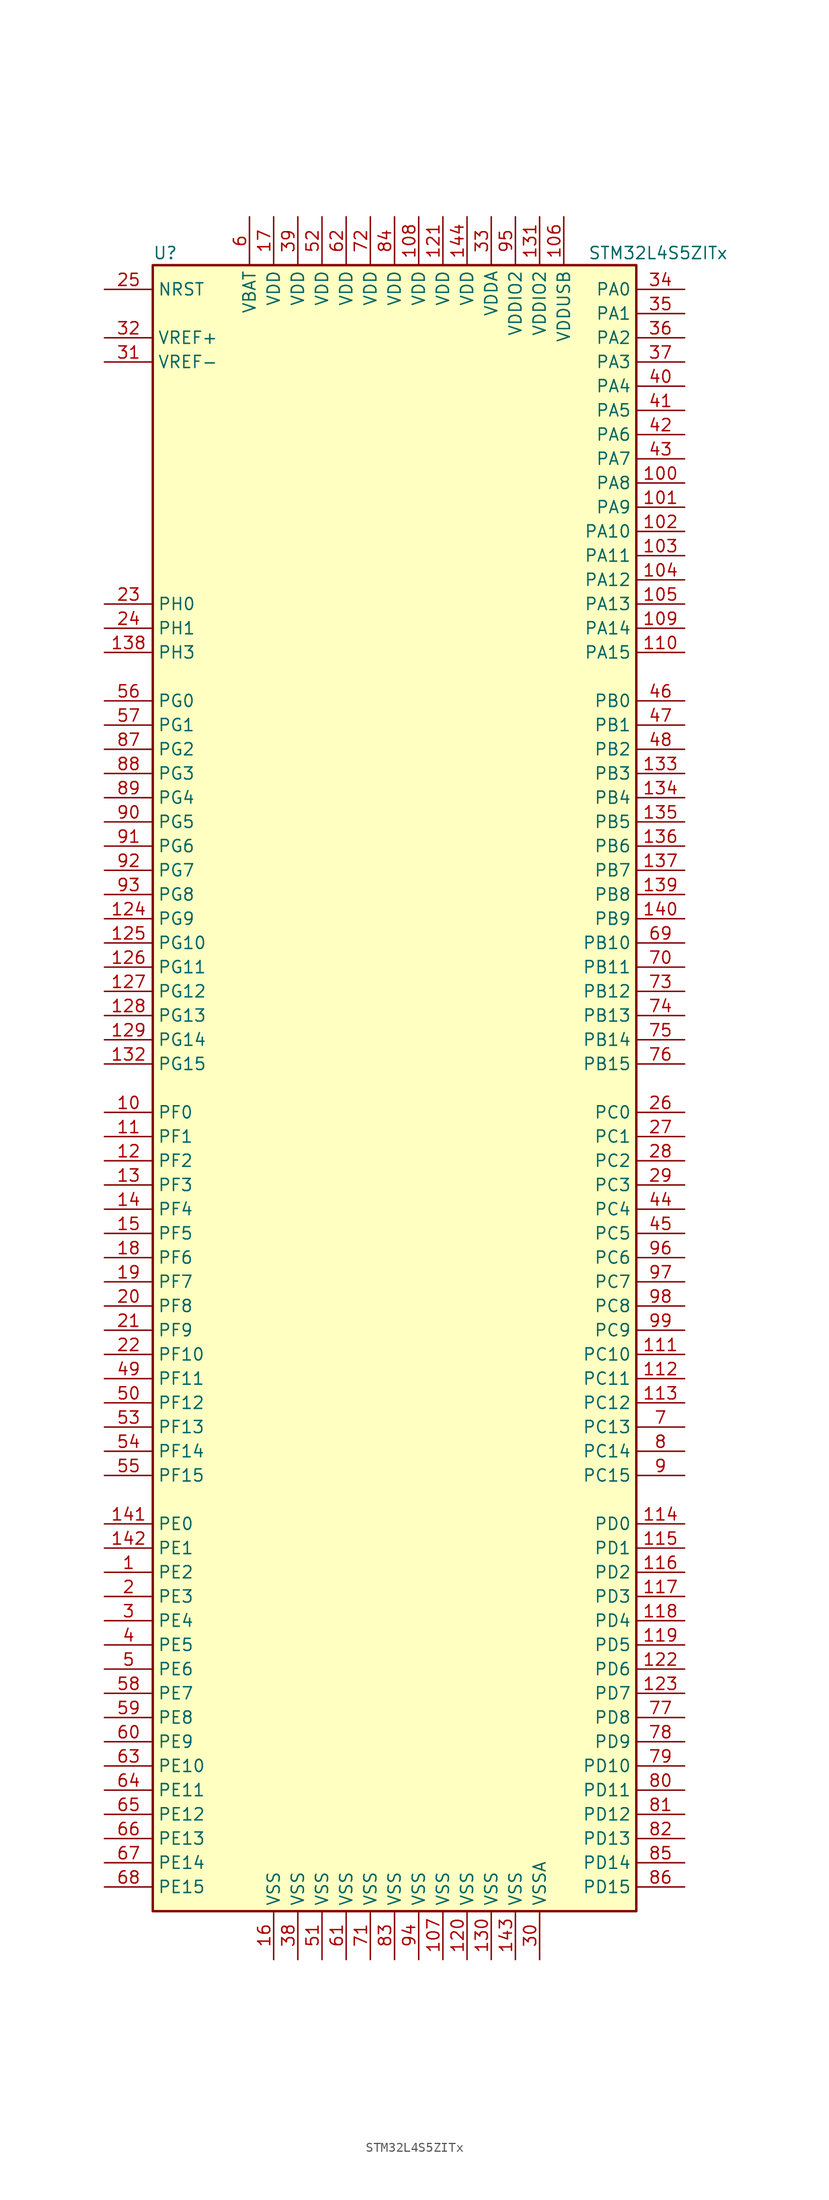
<source format=kicad_sym>
(kicad_symbol_lib
  (version 20201005)
  (generator kicad_symbol_editor)
  (symbol "STM32L4S5ZITx"
    (property "Reference" "U"
      (at -25.4 87.63 0)
      (effects (font (size 1.27 1.27)) (justify left)))
    (property "Value" "STM32L4S5ZITx"
      (at 20.32 87.63 0)
      (effects (font (size 1.27 1.27)) (justify left)))
    (symbol "STM32L4S5ZITx_0_1"
      (rectangle (start -25.4 -86.36) (end 25.4 86.36) (stroke (width 0.254)) (fill (type background))))
    (symbol "STM32L4S5ZITx_1_1"
      (pin input line (at -30.48 83.82 0) (length 5.08) (name "NRST" (effects (font (size 1.27 1.27)))) (number "25" (effects (font (size 1.27 1.27)))))
      (pin bidirectional line (at 30.48 83.82 180) (length 5.08) (name "PA0" (effects (font (size 1.27 1.27)))) (number "34" (effects (font (size 1.27 1.27)))))
      (pin bidirectional line (at 30.48 81.28 180) (length 5.08) (name "PA1" (effects (font (size 1.27 1.27)))) (number "35" (effects (font (size 1.27 1.27)))))
      (pin bidirectional line (at 30.48 58.42 180) (length 5.08) (name "PA10" (effects (font (size 1.27 1.27)))) (number "102" (effects (font (size 1.27 1.27)))))
      (pin bidirectional line (at 30.48 55.88 180) (length 5.08) (name "PA11" (effects (font (size 1.27 1.27)))) (number "103" (effects (font (size 1.27 1.27)))))
      (pin bidirectional line (at 30.48 53.34 180) (length 5.08) (name "PA12" (effects (font (size 1.27 1.27)))) (number "104" (effects (font (size 1.27 1.27)))))
      (pin bidirectional line (at 30.48 50.8 180) (length 5.08) (name "PA13" (effects (font (size 1.27 1.27)))) (number "105" (effects (font (size 1.27 1.27)))))
      (pin bidirectional line (at 30.48 48.26 180) (length 5.08) (name "PA14" (effects (font (size 1.27 1.27)))) (number "109" (effects (font (size 1.27 1.27)))))
      (pin bidirectional line (at 30.48 45.72 180) (length 5.08) (name "PA15" (effects (font (size 1.27 1.27)))) (number "110" (effects (font (size 1.27 1.27)))))
      (pin bidirectional line (at 30.48 78.74 180) (length 5.08) (name "PA2" (effects (font (size 1.27 1.27)))) (number "36" (effects (font (size 1.27 1.27)))))
      (pin bidirectional line (at 30.48 76.2 180) (length 5.08) (name "PA3" (effects (font (size 1.27 1.27)))) (number "37" (effects (font (size 1.27 1.27)))))
      (pin bidirectional line (at 30.48 73.66 180) (length 5.08) (name "PA4" (effects (font (size 1.27 1.27)))) (number "40" (effects (font (size 1.27 1.27)))))
      (pin bidirectional line (at 30.48 71.12 180) (length 5.08) (name "PA5" (effects (font (size 1.27 1.27)))) (number "41" (effects (font (size 1.27 1.27)))))
      (pin bidirectional line (at 30.48 68.58 180) (length 5.08) (name "PA6" (effects (font (size 1.27 1.27)))) (number "42" (effects (font (size 1.27 1.27)))))
      (pin bidirectional line (at 30.48 66.04 180) (length 5.08) (name "PA7" (effects (font (size 1.27 1.27)))) (number "43" (effects (font (size 1.27 1.27)))))
      (pin bidirectional line (at 30.48 63.5 180) (length 5.08) (name "PA8" (effects (font (size 1.27 1.27)))) (number "100" (effects (font (size 1.27 1.27)))))
      (pin bidirectional line (at 30.48 60.96 180) (length 5.08) (name "PA9" (effects (font (size 1.27 1.27)))) (number "101" (effects (font (size 1.27 1.27)))))
      (pin bidirectional line (at 30.48 40.64 180) (length 5.08) (name "PB0" (effects (font (size 1.27 1.27)))) (number "46" (effects (font (size 1.27 1.27)))))
      (pin bidirectional line (at 30.48 38.1 180) (length 5.08) (name "PB1" (effects (font (size 1.27 1.27)))) (number "47" (effects (font (size 1.27 1.27)))))
      (pin bidirectional line (at 30.48 15.24 180) (length 5.08) (name "PB10" (effects (font (size 1.27 1.27)))) (number "69" (effects (font (size 1.27 1.27)))))
      (pin bidirectional line (at 30.48 12.7 180) (length 5.08) (name "PB11" (effects (font (size 1.27 1.27)))) (number "70" (effects (font (size 1.27 1.27)))))
      (pin bidirectional line (at 30.48 10.16 180) (length 5.08) (name "PB12" (effects (font (size 1.27 1.27)))) (number "73" (effects (font (size 1.27 1.27)))))
      (pin bidirectional line (at 30.48 7.62 180) (length 5.08) (name "PB13" (effects (font (size 1.27 1.27)))) (number "74" (effects (font (size 1.27 1.27)))))
      (pin bidirectional line (at 30.48 5.08 180) (length 5.08) (name "PB14" (effects (font (size 1.27 1.27)))) (number "75" (effects (font (size 1.27 1.27)))))
      (pin bidirectional line (at 30.48 2.54 180) (length 5.08) (name "PB15" (effects (font (size 1.27 1.27)))) (number "76" (effects (font (size 1.27 1.27)))))
      (pin bidirectional line (at 30.48 35.56 180) (length 5.08) (name "PB2" (effects (font (size 1.27 1.27)))) (number "48" (effects (font (size 1.27 1.27)))))
      (pin bidirectional line (at 30.48 33.02 180) (length 5.08) (name "PB3" (effects (font (size 1.27 1.27)))) (number "133" (effects (font (size 1.27 1.27)))))
      (pin bidirectional line (at 30.48 30.48 180) (length 5.08) (name "PB4" (effects (font (size 1.27 1.27)))) (number "134" (effects (font (size 1.27 1.27)))))
      (pin bidirectional line (at 30.48 27.94 180) (length 5.08) (name "PB5" (effects (font (size 1.27 1.27)))) (number "135" (effects (font (size 1.27 1.27)))))
      (pin bidirectional line (at 30.48 25.4 180) (length 5.08) (name "PB6" (effects (font (size 1.27 1.27)))) (number "136" (effects (font (size 1.27 1.27)))))
      (pin bidirectional line (at 30.48 22.86 180) (length 5.08) (name "PB7" (effects (font (size 1.27 1.27)))) (number "137" (effects (font (size 1.27 1.27)))))
      (pin bidirectional line (at 30.48 20.32 180) (length 5.08) (name "PB8" (effects (font (size 1.27 1.27)))) (number "139" (effects (font (size 1.27 1.27)))))
      (pin bidirectional line (at 30.48 17.78 180) (length 5.08) (name "PB9" (effects (font (size 1.27 1.27)))) (number "140" (effects (font (size 1.27 1.27)))))
      (pin bidirectional line (at 30.48 -2.54 180) (length 5.08) (name "PC0" (effects (font (size 1.27 1.27)))) (number "26" (effects (font (size 1.27 1.27)))))
      (pin bidirectional line (at 30.48 -5.08 180) (length 5.08) (name "PC1" (effects (font (size 1.27 1.27)))) (number "27" (effects (font (size 1.27 1.27)))))
      (pin bidirectional line (at 30.48 -27.94 180) (length 5.08) (name "PC10" (effects (font (size 1.27 1.27)))) (number "111" (effects (font (size 1.27 1.27)))))
      (pin bidirectional line (at 30.48 -30.48 180) (length 5.08) (name "PC11" (effects (font (size 1.27 1.27)))) (number "112" (effects (font (size 1.27 1.27)))))
      (pin bidirectional line (at 30.48 -33.02 180) (length 5.08) (name "PC12" (effects (font (size 1.27 1.27)))) (number "113" (effects (font (size 1.27 1.27)))))
      (pin bidirectional line (at 30.48 -35.56 180) (length 5.08) (name "PC13" (effects (font (size 1.27 1.27)))) (number "7" (effects (font (size 1.27 1.27)))))
      (pin bidirectional line (at 30.48 -38.1 180) (length 5.08) (name "PC14" (effects (font (size 1.27 1.27)))) (number "8" (effects (font (size 1.27 1.27)))))
      (pin bidirectional line (at 30.48 -40.64 180) (length 5.08) (name "PC15" (effects (font (size 1.27 1.27)))) (number "9" (effects (font (size 1.27 1.27)))))
      (pin bidirectional line (at 30.48 -7.62 180) (length 5.08) (name "PC2" (effects (font (size 1.27 1.27)))) (number "28" (effects (font (size 1.27 1.27)))))
      (pin bidirectional line (at 30.48 -10.16 180) (length 5.08) (name "PC3" (effects (font (size 1.27 1.27)))) (number "29" (effects (font (size 1.27 1.27)))))
      (pin bidirectional line (at 30.48 -12.7 180) (length 5.08) (name "PC4" (effects (font (size 1.27 1.27)))) (number "44" (effects (font (size 1.27 1.27)))))
      (pin bidirectional line (at 30.48 -15.24 180) (length 5.08) (name "PC5" (effects (font (size 1.27 1.27)))) (number "45" (effects (font (size 1.27 1.27)))))
      (pin bidirectional line (at 30.48 -17.78 180) (length 5.08) (name "PC6" (effects (font (size 1.27 1.27)))) (number "96" (effects (font (size 1.27 1.27)))))
      (pin bidirectional line (at 30.48 -20.32 180) (length 5.08) (name "PC7" (effects (font (size 1.27 1.27)))) (number "97" (effects (font (size 1.27 1.27)))))
      (pin bidirectional line (at 30.48 -22.86 180) (length 5.08) (name "PC8" (effects (font (size 1.27 1.27)))) (number "98" (effects (font (size 1.27 1.27)))))
      (pin bidirectional line (at 30.48 -25.4 180) (length 5.08) (name "PC9" (effects (font (size 1.27 1.27)))) (number "99" (effects (font (size 1.27 1.27)))))
      (pin bidirectional line (at 30.48 -45.72 180) (length 5.08) (name "PD0" (effects (font (size 1.27 1.27)))) (number "114" (effects (font (size 1.27 1.27)))))
      (pin bidirectional line (at 30.48 -48.26 180) (length 5.08) (name "PD1" (effects (font (size 1.27 1.27)))) (number "115" (effects (font (size 1.27 1.27)))))
      (pin bidirectional line (at 30.48 -71.12 180) (length 5.08) (name "PD10" (effects (font (size 1.27 1.27)))) (number "79" (effects (font (size 1.27 1.27)))))
      (pin bidirectional line (at 30.48 -73.66 180) (length 5.08) (name "PD11" (effects (font (size 1.27 1.27)))) (number "80" (effects (font (size 1.27 1.27)))))
      (pin bidirectional line (at 30.48 -76.2 180) (length 5.08) (name "PD12" (effects (font (size 1.27 1.27)))) (number "81" (effects (font (size 1.27 1.27)))))
      (pin bidirectional line (at 30.48 -78.74 180) (length 5.08) (name "PD13" (effects (font (size 1.27 1.27)))) (number "82" (effects (font (size 1.27 1.27)))))
      (pin bidirectional line (at 30.48 -81.28 180) (length 5.08) (name "PD14" (effects (font (size 1.27 1.27)))) (number "85" (effects (font (size 1.27 1.27)))))
      (pin bidirectional line (at 30.48 -83.82 180) (length 5.08) (name "PD15" (effects (font (size 1.27 1.27)))) (number "86" (effects (font (size 1.27 1.27)))))
      (pin bidirectional line (at 30.48 -50.8 180) (length 5.08) (name "PD2" (effects (font (size 1.27 1.27)))) (number "116" (effects (font (size 1.27 1.27)))))
      (pin bidirectional line (at 30.48 -53.34 180) (length 5.08) (name "PD3" (effects (font (size 1.27 1.27)))) (number "117" (effects (font (size 1.27 1.27)))))
      (pin bidirectional line (at 30.48 -55.88 180) (length 5.08) (name "PD4" (effects (font (size 1.27 1.27)))) (number "118" (effects (font (size 1.27 1.27)))))
      (pin bidirectional line (at 30.48 -58.42 180) (length 5.08) (name "PD5" (effects (font (size 1.27 1.27)))) (number "119" (effects (font (size 1.27 1.27)))))
      (pin bidirectional line (at 30.48 -60.96 180) (length 5.08) (name "PD6" (effects (font (size 1.27 1.27)))) (number "122" (effects (font (size 1.27 1.27)))))
      (pin bidirectional line (at 30.48 -63.5 180) (length 5.08) (name "PD7" (effects (font (size 1.27 1.27)))) (number "123" (effects (font (size 1.27 1.27)))))
      (pin bidirectional line (at 30.48 -66.04 180) (length 5.08) (name "PD8" (effects (font (size 1.27 1.27)))) (number "77" (effects (font (size 1.27 1.27)))))
      (pin bidirectional line (at 30.48 -68.58 180) (length 5.08) (name "PD9" (effects (font (size 1.27 1.27)))) (number "78" (effects (font (size 1.27 1.27)))))
      (pin bidirectional line (at -30.48 -45.72 0) (length 5.08) (name "PE0" (effects (font (size 1.27 1.27)))) (number "141" (effects (font (size 1.27 1.27)))))
      (pin bidirectional line (at -30.48 -48.26 0) (length 5.08) (name "PE1" (effects (font (size 1.27 1.27)))) (number "142" (effects (font (size 1.27 1.27)))))
      (pin bidirectional line (at -30.48 -71.12 0) (length 5.08) (name "PE10" (effects (font (size 1.27 1.27)))) (number "63" (effects (font (size 1.27 1.27)))))
      (pin bidirectional line (at -30.48 -73.66 0) (length 5.08) (name "PE11" (effects (font (size 1.27 1.27)))) (number "64" (effects (font (size 1.27 1.27)))))
      (pin bidirectional line (at -30.48 -76.2 0) (length 5.08) (name "PE12" (effects (font (size 1.27 1.27)))) (number "65" (effects (font (size 1.27 1.27)))))
      (pin bidirectional line (at -30.48 -78.74 0) (length 5.08) (name "PE13" (effects (font (size 1.27 1.27)))) (number "66" (effects (font (size 1.27 1.27)))))
      (pin bidirectional line (at -30.48 -81.28 0) (length 5.08) (name "PE14" (effects (font (size 1.27 1.27)))) (number "67" (effects (font (size 1.27 1.27)))))
      (pin bidirectional line (at -30.48 -83.82 0) (length 5.08) (name "PE15" (effects (font (size 1.27 1.27)))) (number "68" (effects (font (size 1.27 1.27)))))
      (pin bidirectional line (at -30.48 -50.8 0) (length 5.08) (name "PE2" (effects (font (size 1.27 1.27)))) (number "1" (effects (font (size 1.27 1.27)))))
      (pin bidirectional line (at -30.48 -53.34 0) (length 5.08) (name "PE3" (effects (font (size 1.27 1.27)))) (number "2" (effects (font (size 1.27 1.27)))))
      (pin bidirectional line (at -30.48 -55.88 0) (length 5.08) (name "PE4" (effects (font (size 1.27 1.27)))) (number "3" (effects (font (size 1.27 1.27)))))
      (pin bidirectional line (at -30.48 -58.42 0) (length 5.08) (name "PE5" (effects (font (size 1.27 1.27)))) (number "4" (effects (font (size 1.27 1.27)))))
      (pin bidirectional line (at -30.48 -60.96 0) (length 5.08) (name "PE6" (effects (font (size 1.27 1.27)))) (number "5" (effects (font (size 1.27 1.27)))))
      (pin bidirectional line (at -30.48 -63.5 0) (length 5.08) (name "PE7" (effects (font (size 1.27 1.27)))) (number "58" (effects (font (size 1.27 1.27)))))
      (pin bidirectional line (at -30.48 -66.04 0) (length 5.08) (name "PE8" (effects (font (size 1.27 1.27)))) (number "59" (effects (font (size 1.27 1.27)))))
      (pin bidirectional line (at -30.48 -68.58 0) (length 5.08) (name "PE9" (effects (font (size 1.27 1.27)))) (number "60" (effects (font (size 1.27 1.27)))))
      (pin bidirectional line (at -30.48 -2.54 0) (length 5.08) (name "PF0" (effects (font (size 1.27 1.27)))) (number "10" (effects (font (size 1.27 1.27)))))
      (pin bidirectional line (at -30.48 -5.08 0) (length 5.08) (name "PF1" (effects (font (size 1.27 1.27)))) (number "11" (effects (font (size 1.27 1.27)))))
      (pin bidirectional line (at -30.48 -27.94 0) (length 5.08) (name "PF10" (effects (font (size 1.27 1.27)))) (number "22" (effects (font (size 1.27 1.27)))))
      (pin bidirectional line (at -30.48 -30.48 0) (length 5.08) (name "PF11" (effects (font (size 1.27 1.27)))) (number "49" (effects (font (size 1.27 1.27)))))
      (pin bidirectional line (at -30.48 -33.02 0) (length 5.08) (name "PF12" (effects (font (size 1.27 1.27)))) (number "50" (effects (font (size 1.27 1.27)))))
      (pin bidirectional line (at -30.48 -35.56 0) (length 5.08) (name "PF13" (effects (font (size 1.27 1.27)))) (number "53" (effects (font (size 1.27 1.27)))))
      (pin bidirectional line (at -30.48 -38.1 0) (length 5.08) (name "PF14" (effects (font (size 1.27 1.27)))) (number "54" (effects (font (size 1.27 1.27)))))
      (pin bidirectional line (at -30.48 -40.64 0) (length 5.08) (name "PF15" (effects (font (size 1.27 1.27)))) (number "55" (effects (font (size 1.27 1.27)))))
      (pin bidirectional line (at -30.48 -7.62 0) (length 5.08) (name "PF2" (effects (font (size 1.27 1.27)))) (number "12" (effects (font (size 1.27 1.27)))))
      (pin bidirectional line (at -30.48 -10.16 0) (length 5.08) (name "PF3" (effects (font (size 1.27 1.27)))) (number "13" (effects (font (size 1.27 1.27)))))
      (pin bidirectional line (at -30.48 -12.7 0) (length 5.08) (name "PF4" (effects (font (size 1.27 1.27)))) (number "14" (effects (font (size 1.27 1.27)))))
      (pin bidirectional line (at -30.48 -15.24 0) (length 5.08) (name "PF5" (effects (font (size 1.27 1.27)))) (number "15" (effects (font (size 1.27 1.27)))))
      (pin bidirectional line (at -30.48 -17.78 0) (length 5.08) (name "PF6" (effects (font (size 1.27 1.27)))) (number "18" (effects (font (size 1.27 1.27)))))
      (pin bidirectional line (at -30.48 -20.32 0) (length 5.08) (name "PF7" (effects (font (size 1.27 1.27)))) (number "19" (effects (font (size 1.27 1.27)))))
      (pin bidirectional line (at -30.48 -22.86 0) (length 5.08) (name "PF8" (effects (font (size 1.27 1.27)))) (number "20" (effects (font (size 1.27 1.27)))))
      (pin bidirectional line (at -30.48 -25.4 0) (length 5.08) (name "PF9" (effects (font (size 1.27 1.27)))) (number "21" (effects (font (size 1.27 1.27)))))
      (pin bidirectional line (at -30.48 40.64 0) (length 5.08) (name "PG0" (effects (font (size 1.27 1.27)))) (number "56" (effects (font (size 1.27 1.27)))))
      (pin bidirectional line (at -30.48 38.1 0) (length 5.08) (name "PG1" (effects (font (size 1.27 1.27)))) (number "57" (effects (font (size 1.27 1.27)))))
      (pin bidirectional line (at -30.48 15.24 0) (length 5.08) (name "PG10" (effects (font (size 1.27 1.27)))) (number "125" (effects (font (size 1.27 1.27)))))
      (pin bidirectional line (at -30.48 12.7 0) (length 5.08) (name "PG11" (effects (font (size 1.27 1.27)))) (number "126" (effects (font (size 1.27 1.27)))))
      (pin bidirectional line (at -30.48 10.16 0) (length 5.08) (name "PG12" (effects (font (size 1.27 1.27)))) (number "127" (effects (font (size 1.27 1.27)))))
      (pin bidirectional line (at -30.48 7.62 0) (length 5.08) (name "PG13" (effects (font (size 1.27 1.27)))) (number "128" (effects (font (size 1.27 1.27)))))
      (pin bidirectional line (at -30.48 5.08 0) (length 5.08) (name "PG14" (effects (font (size 1.27 1.27)))) (number "129" (effects (font (size 1.27 1.27)))))
      (pin bidirectional line (at -30.48 2.54 0) (length 5.08) (name "PG15" (effects (font (size 1.27 1.27)))) (number "132" (effects (font (size 1.27 1.27)))))
      (pin bidirectional line (at -30.48 35.56 0) (length 5.08) (name "PG2" (effects (font (size 1.27 1.27)))) (number "87" (effects (font (size 1.27 1.27)))))
      (pin bidirectional line (at -30.48 33.02 0) (length 5.08) (name "PG3" (effects (font (size 1.27 1.27)))) (number "88" (effects (font (size 1.27 1.27)))))
      (pin bidirectional line (at -30.48 30.48 0) (length 5.08) (name "PG4" (effects (font (size 1.27 1.27)))) (number "89" (effects (font (size 1.27 1.27)))))
      (pin bidirectional line (at -30.48 27.94 0) (length 5.08) (name "PG5" (effects (font (size 1.27 1.27)))) (number "90" (effects (font (size 1.27 1.27)))))
      (pin bidirectional line (at -30.48 25.4 0) (length 5.08) (name "PG6" (effects (font (size 1.27 1.27)))) (number "91" (effects (font (size 1.27 1.27)))))
      (pin bidirectional line (at -30.48 22.86 0) (length 5.08) (name "PG7" (effects (font (size 1.27 1.27)))) (number "92" (effects (font (size 1.27 1.27)))))
      (pin bidirectional line (at -30.48 20.32 0) (length 5.08) (name "PG8" (effects (font (size 1.27 1.27)))) (number "93" (effects (font (size 1.27 1.27)))))
      (pin bidirectional line (at -30.48 17.78 0) (length 5.08) (name "PG9" (effects (font (size 1.27 1.27)))) (number "124" (effects (font (size 1.27 1.27)))))
      (pin input line (at -30.48 50.8 0) (length 5.08) (name "PH0" (effects (font (size 1.27 1.27)))) (number "23" (effects (font (size 1.27 1.27)))))
      (pin input line (at -30.48 48.26 0) (length 5.08) (name "PH1" (effects (font (size 1.27 1.27)))) (number "24" (effects (font (size 1.27 1.27)))))
      (pin bidirectional line (at -30.48 45.72 0) (length 5.08) (name "PH3" (effects (font (size 1.27 1.27)))) (number "138" (effects (font (size 1.27 1.27)))))
      (pin power_in line (at -15.24 91.44 270) (length 5.08) (name "VBAT" (effects (font (size 1.27 1.27)))) (number "6" (effects (font (size 1.27 1.27)))))
      (pin power_in line (at 2.54 91.44 270) (length 5.08) (name "VDD" (effects (font (size 1.27 1.27)))) (number "108" (effects (font (size 1.27 1.27)))))
      (pin power_in line (at 5.08 91.44 270) (length 5.08) (name "VDD" (effects (font (size 1.27 1.27)))) (number "121" (effects (font (size 1.27 1.27)))))
      (pin power_in line (at 7.62 91.44 270) (length 5.08) (name "VDD" (effects (font (size 1.27 1.27)))) (number "144" (effects (font (size 1.27 1.27)))))
      (pin power_in line (at -12.7 91.44 270) (length 5.08) (name "VDD" (effects (font (size 1.27 1.27)))) (number "17" (effects (font (size 1.27 1.27)))))
      (pin power_in line (at -10.16 91.44 270) (length 5.08) (name "VDD" (effects (font (size 1.27 1.27)))) (number "39" (effects (font (size 1.27 1.27)))))
      (pin power_in line (at -7.62 91.44 270) (length 5.08) (name "VDD" (effects (font (size 1.27 1.27)))) (number "52" (effects (font (size 1.27 1.27)))))
      (pin power_in line (at -5.08 91.44 270) (length 5.08) (name "VDD" (effects (font (size 1.27 1.27)))) (number "62" (effects (font (size 1.27 1.27)))))
      (pin power_in line (at -2.54 91.44 270) (length 5.08) (name "VDD" (effects (font (size 1.27 1.27)))) (number "72" (effects (font (size 1.27 1.27)))))
      (pin power_in line (at 0 91.44 270) (length 5.08) (name "VDD" (effects (font (size 1.27 1.27)))) (number "84" (effects (font (size 1.27 1.27)))))
      (pin power_in line (at 10.16 91.44 270) (length 5.08) (name "VDDA" (effects (font (size 1.27 1.27)))) (number "33" (effects (font (size 1.27 1.27)))))
      (pin power_in line (at 15.24 91.44 270) (length 5.08) (name "VDDIO2" (effects (font (size 1.27 1.27)))) (number "131" (effects (font (size 1.27 1.27)))))
      (pin power_in line (at 12.7 91.44 270) (length 5.08) (name "VDDIO2" (effects (font (size 1.27 1.27)))) (number "95" (effects (font (size 1.27 1.27)))))
      (pin power_in line (at 17.78 91.44 270) (length 5.08) (name "VDDUSB" (effects (font (size 1.27 1.27)))) (number "106" (effects (font (size 1.27 1.27)))))
      (pin bidirectional line (at -30.48 78.74 0) (length 5.08) (name "VREF+" (effects (font (size 1.27 1.27)))) (number "32" (effects (font (size 1.27 1.27)))))
      (pin power_in line (at -30.48 76.2 0) (length 5.08) (name "VREF-" (effects (font (size 1.27 1.27)))) (number "31" (effects (font (size 1.27 1.27)))))
      (pin power_in line (at 5.08 -91.44 90) (length 5.08) (name "VSS" (effects (font (size 1.27 1.27)))) (number "107" (effects (font (size 1.27 1.27)))))
      (pin power_in line (at 7.62 -91.44 90) (length 5.08) (name "VSS" (effects (font (size 1.27 1.27)))) (number "120" (effects (font (size 1.27 1.27)))))
      (pin power_in line (at 10.16 -91.44 90) (length 5.08) (name "VSS" (effects (font (size 1.27 1.27)))) (number "130" (effects (font (size 1.27 1.27)))))
      (pin power_in line (at 12.7 -91.44 90) (length 5.08) (name "VSS" (effects (font (size 1.27 1.27)))) (number "143" (effects (font (size 1.27 1.27)))))
      (pin power_in line (at -12.7 -91.44 90) (length 5.08) (name "VSS" (effects (font (size 1.27 1.27)))) (number "16" (effects (font (size 1.27 1.27)))))
      (pin power_in line (at -10.16 -91.44 90) (length 5.08) (name "VSS" (effects (font (size 1.27 1.27)))) (number "38" (effects (font (size 1.27 1.27)))))
      (pin power_in line (at -7.62 -91.44 90) (length 5.08) (name "VSS" (effects (font (size 1.27 1.27)))) (number "51" (effects (font (size 1.27 1.27)))))
      (pin power_in line (at -5.08 -91.44 90) (length 5.08) (name "VSS" (effects (font (size 1.27 1.27)))) (number "61" (effects (font (size 1.27 1.27)))))
      (pin power_in line (at -2.54 -91.44 90) (length 5.08) (name "VSS" (effects (font (size 1.27 1.27)))) (number "71" (effects (font (size 1.27 1.27)))))
      (pin power_in line (at 0 -91.44 90) (length 5.08) (name "VSS" (effects (font (size 1.27 1.27)))) (number "83" (effects (font (size 1.27 1.27)))))
      (pin power_in line (at 2.54 -91.44 90) (length 5.08) (name "VSS" (effects (font (size 1.27 1.27)))) (number "94" (effects (font (size 1.27 1.27)))))
      (pin power_in line (at 15.24 -91.44 90) (length 5.08) (name "VSSA" (effects (font (size 1.27 1.27)))) (number "30" (effects (font (size 1.27 1.27))))))))
</source>
